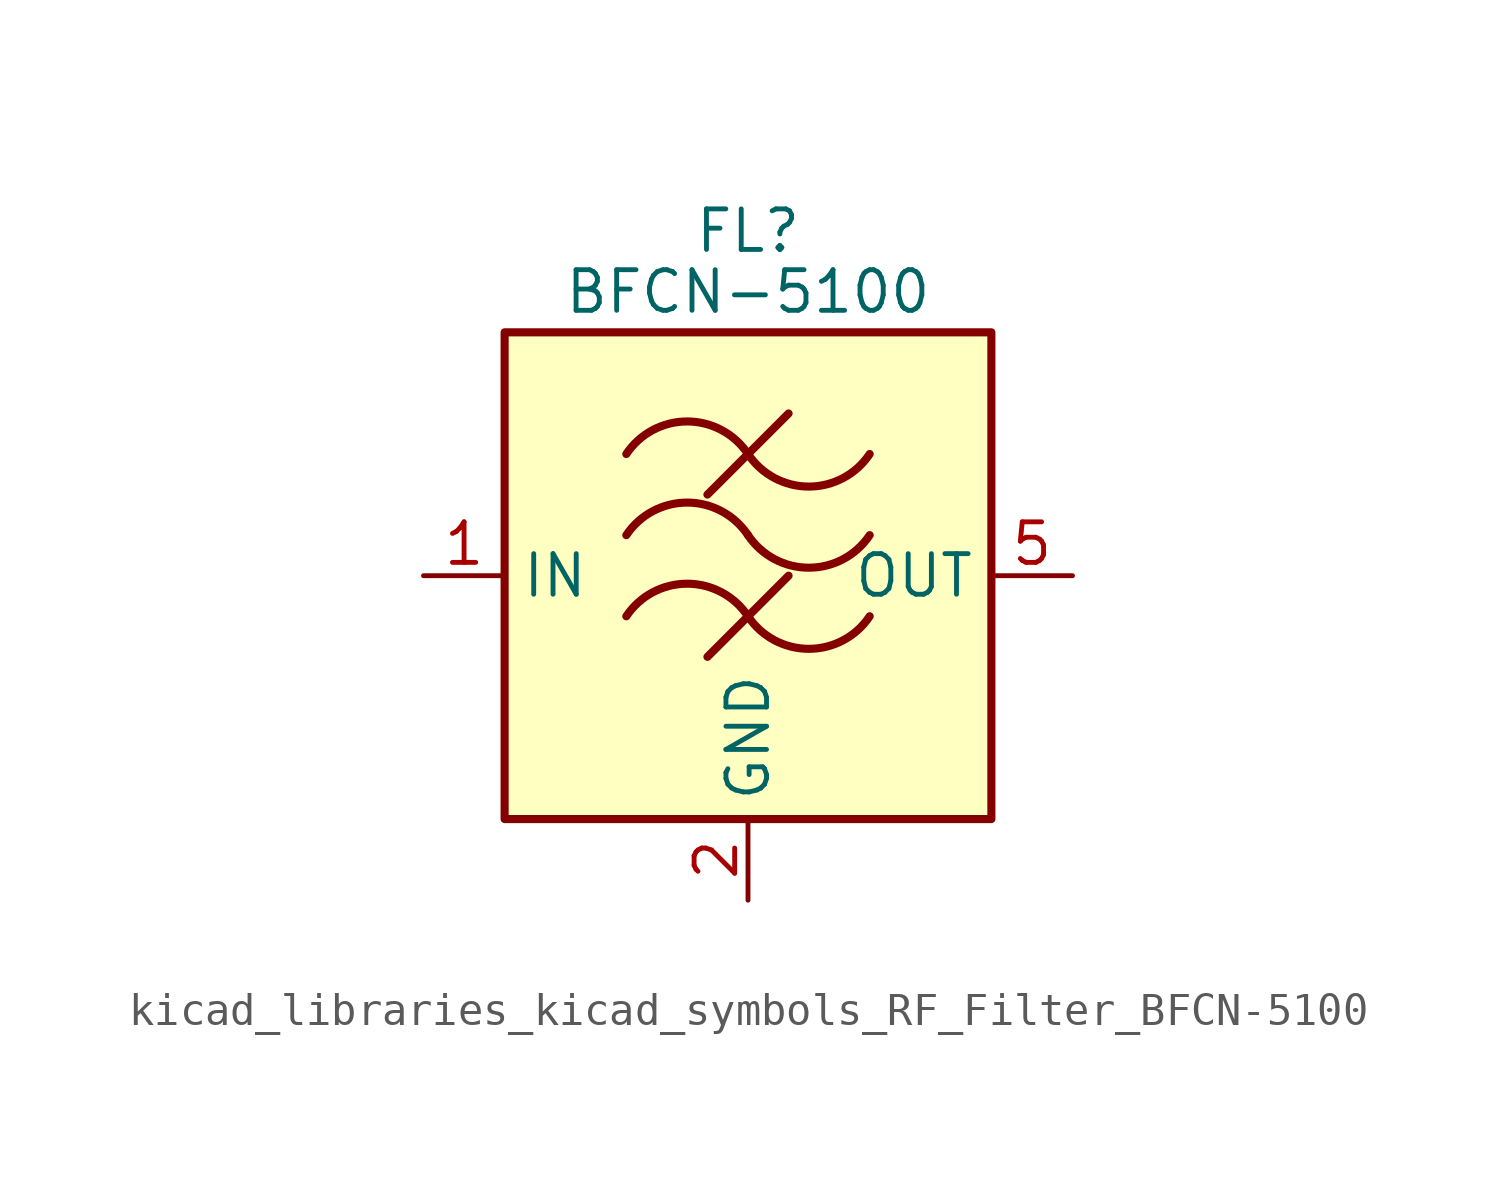
<source format=kicad_sym>
(kicad_symbol_lib
  (version 20220914)
  (generator kicad_symbol_editor)
  (symbol "kicad_libraries_kicad_symbols_RF_Filter_BFCN-5100"
    (property "Reference" "FL"
      (at 0 10.795 0)
      (effects (font (size 1.27 1.27))))
    (property "Value" "BFCN-5100"
      (at 0 8.89 0)
      (effects (font (size 1.27 1.27))))
    (symbol "kicad_libraries_kicad_symbols_RF_Filter_BFCN-5100_0_1"
      (rectangle (start -7.62 7.62) (end 7.62 -7.62) (stroke (width 0.254) (type default)) (fill (type background)))
      (arc (start 0 -1.27) (mid -1.905 -0.2505) (end -3.81 -1.27) (stroke (width 0.254) (type default)) (fill (type none)))
      (arc (start 0 -1.27) (mid 1.905 -2.2895) (end 3.81 -1.27) (stroke (width 0.254) (type default)) (fill (type none)))
      (polyline (pts (xy -1.27 -2.54) (xy 1.27 0)) (stroke (width 0.254) (type default)) (fill (type none)))
      (polyline (pts (xy -1.27 2.54) (xy 1.27 5.08)) (stroke (width 0.254) (type default)) (fill (type none)))
      (arc (start 0 1.27) (mid -1.905 2.2895) (end -3.81 1.27) (stroke (width 0.254) (type default)) (fill (type none)))
      (arc (start 0 1.27) (mid 1.905 0.2505) (end 3.81 1.27) (stroke (width 0.254) (type default)) (fill (type none)))
      (arc (start 0 3.81) (mid -1.905 4.8295) (end -3.81 3.81) (stroke (width 0.254) (type default)) (fill (type none)))
      (arc (start 0 3.81) (mid 1.905 2.7905) (end 3.81 3.81) (stroke (width 0.254) (type default)) (fill (type none))))
    (symbol "kicad_libraries_kicad_symbols_RF_Filter_BFCN-5100_1_1"
      (pin passive line (at -10.16 0 0) (length 2.54) (name "IN" (effects (font (size 1.27 1.27)))) (number "1" (effects (font (size 1.27 1.27)))))
      (pin passive line (at 0 -10.16 90) (length 2.54) (name "GND" (effects (font (size 1.27 1.27)))) (number "2" (effects (font (size 1.27 1.27)))))
      (pin passive line (at 0 -10.16 90) (length 2.54) hide (name "GND" (effects (font (size 1.27 1.27)))) (number "3" (effects (font (size 1.27 1.27)))))
      (pin passive line (at 0 -10.16 90) (length 2.54) hide (name "GND" (effects (font (size 1.27 1.27)))) (number "4" (effects (font (size 1.27 1.27)))))
      (pin passive line (at 10.16 0 180) (length 2.54) (name "OUT" (effects (font (size 1.27 1.27)))) (number "5" (effects (font (size 1.27 1.27)))))
      (pin passive line (at 0 -10.16 90) (length 2.54) hide (name "GND" (effects (font (size 1.27 1.27)))) (number "6" (effects (font (size 1.27 1.27)))))
      (pin passive line (at 0 -10.16 90) (length 2.54) hide (name "GND" (effects (font (size 1.27 1.27)))) (number "7" (effects (font (size 1.27 1.27)))))
      (pin passive line (at 0 -10.16 90) (length 2.54) hide (name "GND" (effects (font (size 1.27 1.27)))) (number "8" (effects (font (size 1.27 1.27))))))))
</source>
